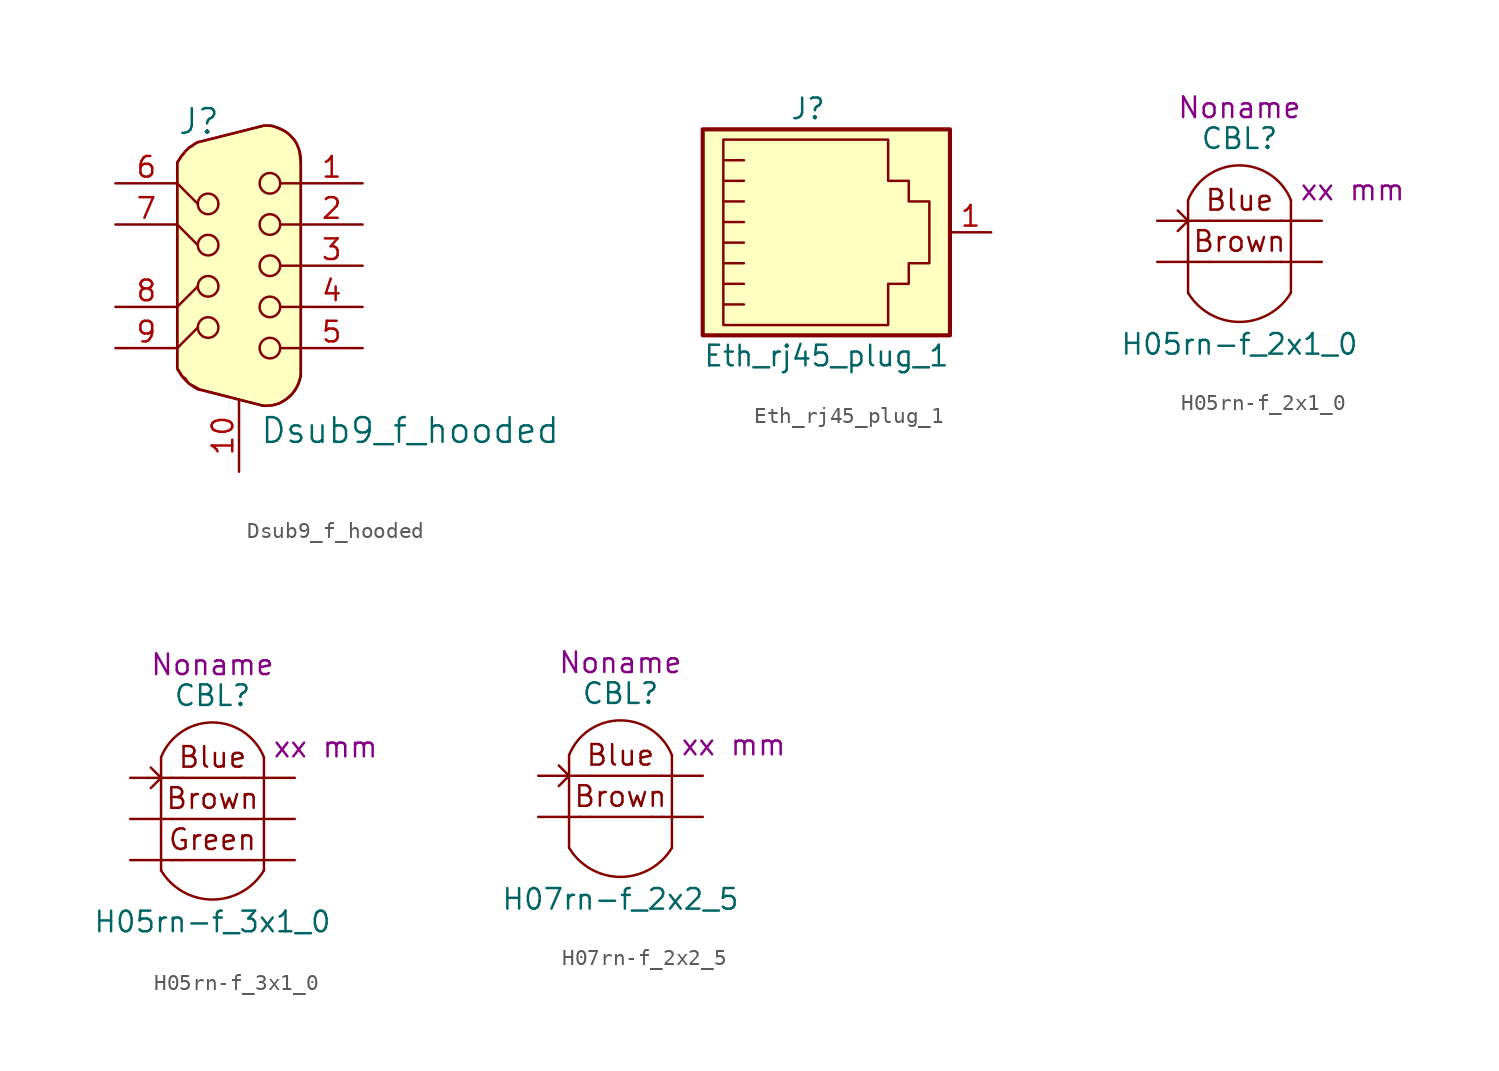
<source format=kicad_sym>
(kicad_symbol_lib
  (version 20211014)
  (generator kicad_symbol_editor)
  (symbol "Dsub9_f_hooded"
    (pin_names
      (offset 1.016) hide)
    (property "Reference" "J"
      (at -3.81 8.89 0)
      (effects (font (size 1.524 1.524)) (justify left)))
    (property "Value" "Dsub9_f_hooded"
      (at 1.27 -10.16 0)
      (effects (font (size 1.524 1.524)) (justify left)))
    (symbol "Dsub9_f_hooded_0_1"
      (circle (center -1.905 -3.81) (radius 0.635) (stroke (width 0) (type default) (color 0 0 0 0)) (fill (type none)))
      (circle (center -1.905 -1.27) (radius 0.635) (stroke (width 0) (type default) (color 0 0 0 0)) (fill (type none)))
      (circle (center -1.905 1.27) (radius 0.635) (stroke (width 0) (type default) (color 0 0 0 0)) (fill (type none)))
      (circle (center -1.905 3.81) (radius 0.635) (stroke (width 0) (type default) (color 0 0 0 0)) (fill (type none)))
      (polyline (pts (xy -3.81 -5.08) (xy -2.54 -3.81)) (stroke (width 0) (type default) (color 0 0 0 0)) (fill (type none)))
      (polyline (pts (xy -3.81 -2.54) (xy -2.54 -1.27)) (stroke (width 0) (type default) (color 0 0 0 0)) (fill (type none)))
      (polyline (pts (xy -3.81 2.54) (xy -2.54 1.27)) (stroke (width 0) (type default) (color 0 0 0 0)) (fill (type none)))
      (polyline (pts (xy -3.81 5.08) (xy -2.54 3.81)) (stroke (width 0) (type default) (color 0 0 0 0)) (fill (type none)))
      (polyline (pts (xy 3.81 -5.08) (xy 2.54 -5.08)) (stroke (width 0) (type default) (color 0 0 0 0)) (fill (type none)))
      (polyline (pts (xy 3.81 -2.54) (xy 2.54 -2.54)) (stroke (width 0) (type default) (color 0 0 0 0)) (fill (type none)))
      (polyline (pts (xy 3.81 0) (xy 2.54 0)) (stroke (width 0) (type default) (color 0 0 0 0)) (fill (type none)))
      (polyline (pts (xy 3.81 2.54) (xy 2.54 2.54)) (stroke (width 0) (type default) (color 0 0 0 0)) (fill (type none)))
      (polyline (pts (xy 3.81 5.08) (xy 2.54 5.08)) (stroke (width 0) (type default) (color 0 0 0 0)) (fill (type none)))
      (circle (center 1.905 -5.08) (radius 0.635) (stroke (width 0) (type default) (color 0 0 0 0)) (fill (type none)))
      (circle (center 1.905 -2.54) (radius 0.635) (stroke (width 0) (type default) (color 0 0 0 0)) (fill (type none)))
      (circle (center 1.905 0) (radius 0.635) (stroke (width 0) (type default) (color 0 0 0 0)) (fill (type none)))
      (circle (center 1.905 2.54) (radius 0.635) (stroke (width 0) (type default) (color 0 0 0 0)) (fill (type none)))
      (circle (center 1.905 5.08) (radius 0.635) (stroke (width 0) (type default) (color 0 0 0 0)) (fill (type none))))
    (symbol "Dsub9_f_hooded_1_1"
      (arc (start -3.81 -6.35) (mid -3.278 -7.088) (end -2.54 -7.62) (stroke (width 0) (type default) (color 0 0 0 0)) (fill (type none)))
      (arc (start -2.54 7.62) (mid -3.278 7.088) (end -3.81 6.35) (stroke (width 0) (type default) (color 0 0 0 0)) (fill (type none)))
      (polyline (pts (xy -3.81 6.35) (xy -3.81 -6.35)) (stroke (width 0) (type default) (color 0 0 0 0)) (fill (type background)))
      (polyline (pts (xy -2.54 7.62) (xy 1.524 8.636)) (stroke (width 0) (type default) (color 0 0 0 0)) (fill (type background)))
      (polyline (pts (xy 1.524 -8.636) (xy -2.54 -7.62)) (stroke (width 0) (type default) (color 0 0 0 0)) (fill (type background)))
      (polyline (pts (xy 3.81 6.35) (xy 3.81 -6.35)) (stroke (width 0) (type default) (color 0 0 0 0)) (fill (type background)))
      (polyline (pts (xy -2.54 7.62) (xy -2.794 7.468) (xy -2.896 7.366) (xy -3.048 7.315) (xy -3.2 7.163) (xy -3.302 7.061) (xy -3.404 6.909) (xy -3.505 6.807) (xy -3.607 6.655) (xy -3.708 6.502) (xy -3.81 6.35) (xy -3.81 -6.35) (xy -3.658 -6.553) (xy -3.505 -6.807) (xy -3.302 -6.96) (xy -3.099 -7.264) (xy -2.794 -7.417) (xy -2.438 -7.62) (xy 1.473 -8.636) (xy 1.727 -8.636) (xy 2.134 -8.585) (xy 2.489 -8.484) (xy 2.896 -8.23) (xy 3.251 -7.925) (xy 3.505 -7.569) (xy 3.658 -7.264) (xy 3.81 -6.807) (xy 3.81 -6.35) (xy 3.81 6.35) (xy 3.759 6.756) (xy 3.708 7.112) (xy 3.556 7.518) (xy 3.404 7.772) (xy 3.2 7.976) (xy 2.997 8.179) (xy 2.743 8.331) (xy 2.388 8.484) (xy 2.032 8.636) (xy 1.778 8.636) (xy 1.524 8.636) (xy -2.489 7.62)) (stroke (width 0) (type default) (color 0 0 0 0)) (fill (type background)))
      (arc (start 1.524 -8.636) (mid 3.1855 -8.0115) (end 3.81 -6.35) (stroke (width 0) (type default) (color 0 0 0 0)) (fill (type none)))
      (arc (start 3.81 6.35) (mid 3.1855 8.0115) (end 1.524 8.636) (stroke (width 0) (type default) (color 0 0 0 0)) (fill (type none)))
      (pin passive line (at 7.62 5.08 180) (length 3.81) (name "Pin_1" (effects (font (size 1.27 1.27)))) (number "1" (effects (font (size 1.27 1.27)))))
      (pin passive line (at 0 -12.7 90) (length 4.445) (name "Pin_10" (effects (font (size 1.27 1.27)))) (number "10" (effects (font (size 1.27 1.27)))))
      (pin passive line (at 7.62 2.54 180) (length 3.81) (name "Pin_2" (effects (font (size 1.27 1.27)))) (number "2" (effects (font (size 1.27 1.27)))))
      (pin passive line (at 7.62 0 180) (length 3.81) (name "Pin_3" (effects (font (size 1.27 1.27)))) (number "3" (effects (font (size 1.27 1.27)))))
      (pin passive line (at 7.62 -2.54 180) (length 3.81) (name "Pin_4" (effects (font (size 1.27 1.27)))) (number "4" (effects (font (size 1.27 1.27)))))
      (pin passive line (at 7.62 -5.08 180) (length 3.81) (name "Pin_5" (effects (font (size 1.27 1.27)))) (number "5" (effects (font (size 1.27 1.27)))))
      (pin passive line (at -7.62 5.08 0) (length 3.81) (name "Pin_6" (effects (font (size 1.27 1.27)))) (number "6" (effects (font (size 1.27 1.27)))))
      (pin passive line (at -7.62 2.54 0) (length 3.81) (name "Pin_7" (effects (font (size 1.27 1.27)))) (number "7" (effects (font (size 1.27 1.27)))))
      (pin passive line (at -7.62 -2.54 0) (length 3.81) (name "Pin_8" (effects (font (size 1.27 1.27)))) (number "8" (effects (font (size 1.27 1.27)))))
      (pin passive line (at -7.62 -5.08 0) (length 3.81) (name "Pin_9" (effects (font (size 1.27 1.27)))) (number "9" (effects (font (size 1.27 1.27)))))))
  (symbol "Eth_rj45_plug_1"
    (pin_names
      (offset 1.016) hide)
    (property "Reference" "J"
      (at 0 7.62 0)
      (effects (font (size 1.27 1.27)) (justify right)))
    (property "Value" "Eth_rj45_plug_1"
      (at -7.62 -7.62 0)
      (effects (font (size 1.27 1.27)) (justify left)))
    (symbol "Eth_rj45_plug_1_0_1"
      (polyline (pts (xy -5.08 3.175) (xy -6.35 3.175)) (stroke (width 0) (type default) (color 0 0 0 0)) (fill (type none)))
      (polyline (pts (xy -5.08 4.445) (xy -6.35 4.445)) (stroke (width 0) (type default) (color 0 0 0 0)) (fill (type none)))
      (polyline (pts (xy -6.35 -4.445) (xy -5.08 -4.445) (xy -5.08 -4.445)) (stroke (width 0) (type default) (color 0 0 0 0)) (fill (type none)))
      (polyline (pts (xy -6.35 -3.175) (xy -5.08 -3.175) (xy -5.08 -3.175)) (stroke (width 0) (type default) (color 0 0 0 0)) (fill (type none)))
      (polyline (pts (xy -6.35 -1.905) (xy -5.08 -1.905) (xy -5.08 -1.905)) (stroke (width 0) (type default) (color 0 0 0 0)) (fill (type none)))
      (polyline (pts (xy -6.35 -0.635) (xy -5.08 -0.635) (xy -5.08 -0.635)) (stroke (width 0) (type default) (color 0 0 0 0)) (fill (type none)))
      (polyline (pts (xy -6.35 0.635) (xy -5.08 0.635) (xy -5.08 0.635)) (stroke (width 0) (type default) (color 0 0 0 0)) (fill (type none)))
      (polyline (pts (xy -5.08 1.905) (xy -6.35 1.905) (xy -6.35 1.905)) (stroke (width 0) (type default) (color 0 0 0 0)) (fill (type none)))
      (polyline (pts (xy -6.35 -5.715) (xy -6.35 5.715) (xy 3.81 5.715) (xy 3.81 3.175) (xy 5.08 3.175) (xy 5.08 1.905) (xy 6.35 1.905) (xy 6.35 -1.905) (xy 5.08 -1.905) (xy 5.08 -3.175) (xy 3.81 -3.175) (xy 3.81 -5.715) (xy -6.35 -5.715) (xy -6.35 -5.715)) (stroke (width 0) (type default) (color 0 0 0 0)) (fill (type none)))
      (rectangle (start 7.62 6.35) (end -7.62 -6.35) (stroke (width 0.254) (type default) (color 0 0 0 0)) (fill (type background))))
    (symbol "Eth_rj45_plug_1_1_1"
      (pin passive line (at 10.16 0 180) (length 2.54) (name "pin_1" (effects (font (size 1.27 1.27)))) (number "1" (effects (font (size 1.27 1.27)))))))
  (symbol "H05rn-f_2x1_0"
    (pin_numbers hide)
    (pin_names hide)
    (property "Reference" "CBL"
      (at 0 5.08 0)
      (effects (font (size 1.27 1.27))))
    (property "Value" "H05rn-f_2x1_0"
      (at 0 -7.62 0)
      (effects (font (size 1.27 1.27))))
    (property "Length" "xx mm"
      (at 6.985 1.905 0)
      (effects (font (size 1.27 1.27))))
    (property "Harness_name" "Noname"
      (at 0 6.985 0)
      (effects (font (size 1.27 1.27))))
    (symbol "H05rn-f_2x1_0_0_0"
      (arc (start -3.175 -4.445) (mid 0 -6.2427) (end 3.175 -4.445) (stroke (width 0) (type default) (color 0 0 0 0)) (fill (type none)))
      (polyline (pts (xy -3.175 1.27) (xy -3.175 -4.445)) (stroke (width 0) (type default) (color 0 0 0 0)) (fill (type none)))
      (polyline (pts (xy -1.905 -2.54) (xy 1.905 -2.54)) (stroke (width 0) (type default) (color 0 0 0 0)) (fill (type none)))
      (polyline (pts (xy -1.905 0) (xy 1.905 0)) (stroke (width 0) (type default) (color 0 0 0 0)) (fill (type none)))
      (polyline (pts (xy 3.175 1.27) (xy 3.175 -4.445)) (stroke (width 0) (type default) (color 0 0 0 0)) (fill (type none)))
      (arc (start 3.175 1.27) (mid 0 3.4196) (end -3.175 1.27) (stroke (width 0) (type default) (color 0 0 0 0)) (fill (type none)))
      (text "Blue" (at 0 1.27 0) (effects (font (size 1.27 1.27))))
      (text "Brown" (at 0 -1.27 0) (effects (font (size 1.27 1.27)))))
    (symbol "H05rn-f_2x1_0_0_1"
      (polyline (pts (xy -1.905 -2.54) (xy -2.54 -2.54)) (stroke (width 0) (type default) (color 0 0 0 0)) (fill (type none)))
      (polyline (pts (xy -1.905 0) (xy -2.54 0)) (stroke (width 0) (type default) (color 0 0 0 0)) (fill (type none)))
      (polyline (pts (xy 2.54 -2.54) (xy 1.905 -2.54)) (stroke (width 0) (type default) (color 0 0 0 0)) (fill (type none)))
      (polyline (pts (xy 2.54 0) (xy 1.905 0)) (stroke (width 0) (type default) (color 0 0 0 0)) (fill (type none)))
      (polyline (pts (xy -3.81 0.635) (xy -3.175 0) (xy -3.81 -0.635)) (stroke (width 0) (type default) (color 0 0 0 0)) (fill (type none))))
    (symbol "H05rn-f_2x1_0_1_1"
      (pin passive line (at -5.08 0 0) (length 2.54) (name "C1.1" (effects (font (size 1.27 1.27)))) (number "1" (effects (font (size 1.27 1.27)))))
      (pin passive line (at 5.08 0 180) (length 2.54) (name "C1.2" (effects (font (size 1.27 1.27)))) (number "2" (effects (font (size 1.27 1.27)))))
      (pin passive line (at -5.08 -2.54 0) (length 2.54) (name "C2.1" (effects (font (size 1.27 1.27)))) (number "3" (effects (font (size 1.27 1.27)))))
      (pin passive line (at 5.08 -2.54 180) (length 2.54) (name "C2.2" (effects (font (size 1.27 1.27)))) (number "4" (effects (font (size 1.27 1.27)))))))
  (symbol "H05rn-f_3x1_0"
    (pin_numbers hide)
    (pin_names hide)
    (property "Reference" "CBL"
      (at 0 7.62 0)
      (effects (font (size 1.27 1.27))))
    (property "Value" "H05rn-f_3x1_0"
      (at 0 -6.35 0)
      (effects (font (size 1.27 1.27))))
    (property "Length" "xx mm"
      (at 6.985 4.445 0)
      (effects (font (size 1.27 1.27))))
    (property "Harness_name" "Noname"
      (at 0 9.525 0)
      (effects (font (size 1.27 1.27))))
    (symbol "H05rn-f_3x1_0_0_0"
      (arc (start -3.175 -3.175) (mid 0 -4.9727) (end 3.175 -3.175) (stroke (width 0) (type default) (color 0 0 0 0)) (fill (type none)))
      (polyline (pts (xy -3.175 3.81) (xy -3.175 -3.175)) (stroke (width 0) (type default) (color 0 0 0 0)) (fill (type none)))
      (polyline (pts (xy -1.905 -2.54) (xy 1.905 -2.54)) (stroke (width 0) (type default) (color 0 0 0 0)) (fill (type none)))
      (polyline (pts (xy -1.905 0) (xy 1.905 0)) (stroke (width 0) (type default) (color 0 0 0 0)) (fill (type none)))
      (polyline (pts (xy -1.905 2.54) (xy 1.905 2.54)) (stroke (width 0) (type default) (color 0 0 0 0)) (fill (type none)))
      (polyline (pts (xy 3.175 3.81) (xy 3.175 -3.175)) (stroke (width 0) (type default) (color 0 0 0 0)) (fill (type none)))
      (arc (start 3.175 3.81) (mid 0 5.9596) (end -3.175 3.81) (stroke (width 0) (type default) (color 0 0 0 0)) (fill (type none)))
      (text "Blue" (at 0 3.81 0) (effects (font (size 1.27 1.27))))
      (text "Brown" (at 0 1.27 0) (effects (font (size 1.27 1.27))))
      (text "Green" (at 0 -1.27 0) (effects (font (size 1.27 1.27)))))
    (symbol "H05rn-f_3x1_0_0_1"
      (polyline (pts (xy -1.905 -2.54) (xy -2.54 -2.54)) (stroke (width 0) (type default) (color 0 0 0 0)) (fill (type none)))
      (polyline (pts (xy -1.905 0) (xy -2.54 0)) (stroke (width 0) (type default) (color 0 0 0 0)) (fill (type none)))
      (polyline (pts (xy -1.905 2.54) (xy -2.54 2.54)) (stroke (width 0) (type default) (color 0 0 0 0)) (fill (type none)))
      (polyline (pts (xy 2.54 -2.54) (xy 1.905 -2.54)) (stroke (width 0) (type default) (color 0 0 0 0)) (fill (type none)))
      (polyline (pts (xy 2.54 0) (xy 1.905 0)) (stroke (width 0) (type default) (color 0 0 0 0)) (fill (type none)))
      (polyline (pts (xy 2.54 2.54) (xy 1.905 2.54)) (stroke (width 0) (type default) (color 0 0 0 0)) (fill (type none)))
      (polyline (pts (xy -3.81 3.175) (xy -3.175 2.54) (xy -3.81 1.905)) (stroke (width 0) (type default) (color 0 0 0 0)) (fill (type none))))
    (symbol "H05rn-f_3x1_0_1_1"
      (pin passive line (at -5.08 2.54 0) (length 2.54) (name "C1.1" (effects (font (size 1.27 1.27)))) (number "1" (effects (font (size 1.27 1.27)))))
      (pin passive line (at 5.08 2.54 180) (length 2.54) (name "C1.2" (effects (font (size 1.27 1.27)))) (number "2" (effects (font (size 1.27 1.27)))))
      (pin passive line (at -5.08 0 0) (length 2.54) (name "C2.1" (effects (font (size 1.27 1.27)))) (number "3" (effects (font (size 1.27 1.27)))))
      (pin passive line (at 5.08 0 180) (length 2.54) (name "C2.2" (effects (font (size 1.27 1.27)))) (number "4" (effects (font (size 1.27 1.27)))))
      (pin passive line (at -5.08 -2.54 0) (length 2.54) (name "C3.1" (effects (font (size 1.27 1.27)))) (number "5" (effects (font (size 1.27 1.27)))))
      (pin passive line (at 5.08 -2.54 180) (length 2.54) (name "C3.2" (effects (font (size 1.27 1.27)))) (number "6" (effects (font (size 1.27 1.27)))))))
  (symbol "H07rn-f_2x2_5"
    (pin_numbers hide)
    (pin_names hide)
    (property "Reference" "CBL"
      (at 0 5.08 0)
      (effects (font (size 1.27 1.27))))
    (property "Value" "H07rn-f_2x2_5"
      (at 0 -7.62 0)
      (effects (font (size 1.27 1.27))))
    (property "Length" "xx mm"
      (at 6.985 1.905 0)
      (effects (font (size 1.27 1.27))))
    (property "Harness_name" "Noname"
      (at 0 6.985 0)
      (effects (font (size 1.27 1.27))))
    (symbol "H07rn-f_2x2_5_0_0"
      (arc (start -3.175 -4.445) (mid 0 -6.2427) (end 3.175 -4.445) (stroke (width 0) (type default) (color 0 0 0 0)) (fill (type none)))
      (polyline (pts (xy -3.175 1.27) (xy -3.175 -4.445)) (stroke (width 0) (type default) (color 0 0 0 0)) (fill (type none)))
      (polyline (pts (xy -1.905 -2.54) (xy 1.905 -2.54)) (stroke (width 0) (type default) (color 0 0 0 0)) (fill (type none)))
      (polyline (pts (xy -1.905 0) (xy 1.905 0)) (stroke (width 0) (type default) (color 0 0 0 0)) (fill (type none)))
      (polyline (pts (xy 3.175 1.27) (xy 3.175 -4.445)) (stroke (width 0) (type default) (color 0 0 0 0)) (fill (type none)))
      (arc (start 3.175 1.27) (mid 0 3.4196) (end -3.175 1.27) (stroke (width 0) (type default) (color 0 0 0 0)) (fill (type none)))
      (text "Blue" (at 0 1.27 0) (effects (font (size 1.27 1.27))))
      (text "Brown" (at 0 -1.27 0) (effects (font (size 1.27 1.27)))))
    (symbol "H07rn-f_2x2_5_0_1"
      (polyline (pts (xy -1.905 -2.54) (xy -2.54 -2.54)) (stroke (width 0) (type default) (color 0 0 0 0)) (fill (type none)))
      (polyline (pts (xy -1.905 0) (xy -2.54 0)) (stroke (width 0) (type default) (color 0 0 0 0)) (fill (type none)))
      (polyline (pts (xy 2.54 -2.54) (xy 1.905 -2.54)) (stroke (width 0) (type default) (color 0 0 0 0)) (fill (type none)))
      (polyline (pts (xy 2.54 0) (xy 1.905 0)) (stroke (width 0) (type default) (color 0 0 0 0)) (fill (type none)))
      (polyline (pts (xy -3.81 0.635) (xy -3.175 0) (xy -3.81 -0.635)) (stroke (width 0) (type default) (color 0 0 0 0)) (fill (type none))))
    (symbol "H07rn-f_2x2_5_1_1"
      (pin passive line (at -5.08 0 0) (length 2.54) (name "C1.1" (effects (font (size 1.27 1.27)))) (number "1" (effects (font (size 1.27 1.27)))))
      (pin passive line (at 5.08 0 180) (length 2.54) (name "C1.2" (effects (font (size 1.27 1.27)))) (number "2" (effects (font (size 1.27 1.27)))))
      (pin passive line (at -5.08 -2.54 0) (length 2.54) (name "C2.1" (effects (font (size 1.27 1.27)))) (number "3" (effects (font (size 1.27 1.27)))))
      (pin passive line (at 5.08 -2.54 180) (length 2.54) (name "C2.2" (effects (font (size 1.27 1.27)))) (number "4" (effects (font (size 1.27 1.27))))))))
</source>
